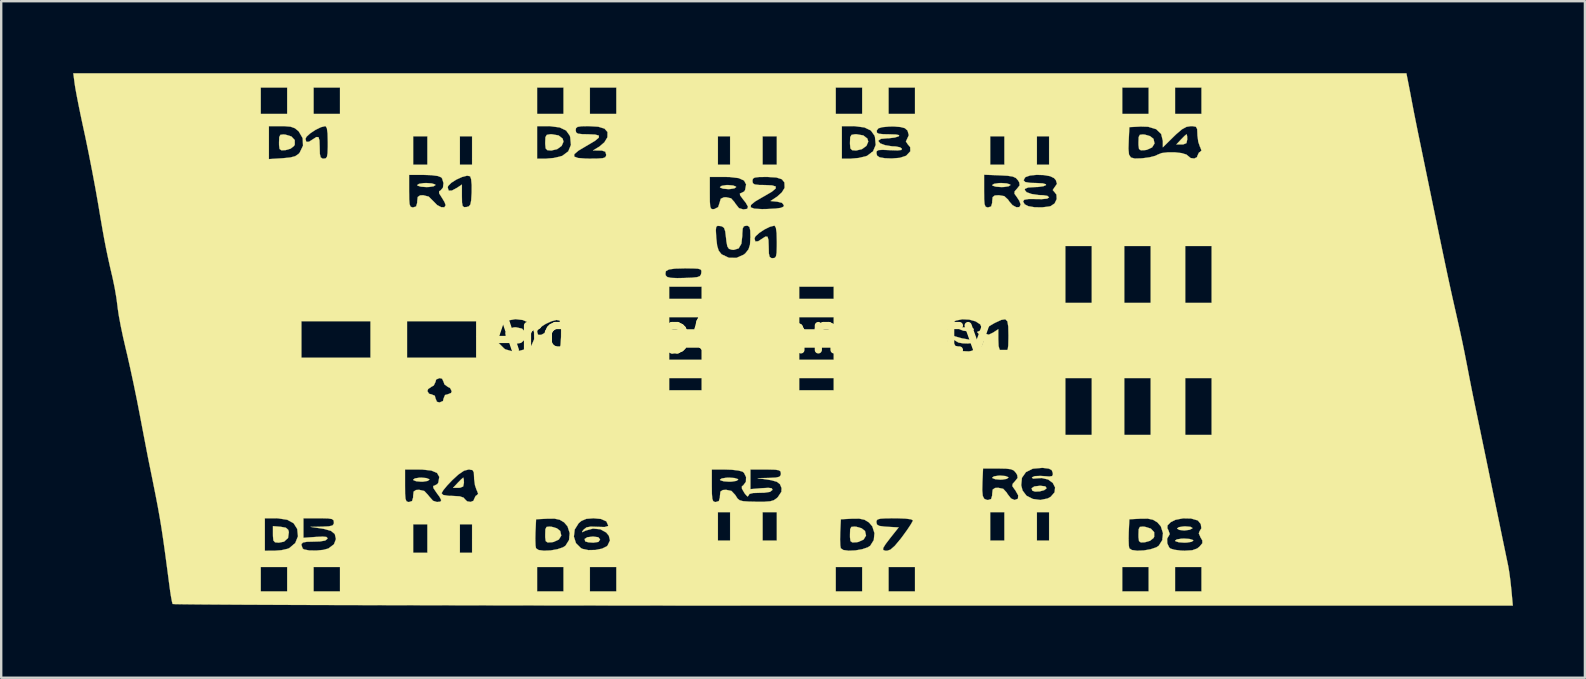
<source format=kicad_pcb>
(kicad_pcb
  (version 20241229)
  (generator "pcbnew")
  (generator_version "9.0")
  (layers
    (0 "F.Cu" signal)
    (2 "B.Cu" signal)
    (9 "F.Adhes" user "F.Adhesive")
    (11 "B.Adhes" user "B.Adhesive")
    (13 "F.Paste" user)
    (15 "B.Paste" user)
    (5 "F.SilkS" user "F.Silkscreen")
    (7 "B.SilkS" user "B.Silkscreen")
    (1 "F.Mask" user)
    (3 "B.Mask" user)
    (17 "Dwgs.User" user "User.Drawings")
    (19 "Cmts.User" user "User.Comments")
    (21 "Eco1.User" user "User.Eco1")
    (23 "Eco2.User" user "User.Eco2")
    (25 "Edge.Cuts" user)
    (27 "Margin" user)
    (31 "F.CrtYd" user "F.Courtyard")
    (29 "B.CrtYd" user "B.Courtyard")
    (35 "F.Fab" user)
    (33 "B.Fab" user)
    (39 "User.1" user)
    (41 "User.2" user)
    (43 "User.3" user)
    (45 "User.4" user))
  (footprint "ArduinoCommunity_666"
    (layer "F.Cu")
    (at 30.507 10.842)
    (property "Reference" "ArduinoCommunity_666" (at 0 0 0) (layer "F.SilkS") (effects (font (size 1.524 1.524) (thickness 0.3))))
    (attr through_hole)
    (fp_poly (pts (xy -14.231 6.084) (xy -14.224 6.223) (xy -14.256 6.38) (xy -14.386 6.433) (xy -14.45 6.435) (xy -14.677 6.435) (xy -14.478 6.223) (xy -14.337 6.081) (xy -14.256 6.012) (xy -14.252 6.011) (xy -14.231 6.084)) (stroke (width 0.01) (type solid)) (fill yes) (layer "F.SilkS"))
    (fp_poly (pts (xy 6.887 -0.236) (xy 7.015 -0.192) (xy 7.027 -0.169) (xy 6.956 -0.108) (xy 6.788 -0.088) (xy 6.59 -0.11) (xy 6.435 -0.169) (xy 6.398 -0.222) (xy 6.505 -0.248) (xy 6.668 -0.253) (xy 6.887 -0.236)) (stroke (width 0.01) (type solid)) (fill yes) (layer "F.SilkS"))
    (fp_poly (pts (xy 15.911 -8.225) (xy 15.917 -8.086) (xy 15.885 -7.928) (xy 15.756 -7.876) (xy 15.691 -7.874) (xy 15.464 -7.874) (xy 15.663 -8.086) (xy 15.804 -8.228) (xy 15.886 -8.296) (xy 15.89 -8.297) (xy 15.911 -8.225)) (stroke (width 0.01) (type solid)) (fill yes) (layer "F.SilkS"))
    (fp_poly (pts (xy 10.003 6.375) (xy 10.056 6.45) (xy 10.055 6.456) (xy 9.955 6.535) (xy 9.767 6.585) (xy 9.573 6.593) (xy 9.461 6.554) (xy 9.43 6.452) (xy 9.544 6.379) (xy 9.779 6.35) (xy 9.791 6.35) (xy 10.003 6.375)) (stroke (width 0.01) (type solid)) (fill yes) (layer "F.SilkS"))
    (fp_poly (pts (xy -21.865 8.059) (xy -21.646 8.098) (xy -21.545 8.187) (xy -21.52 8.281) (xy -21.553 8.526) (xy -21.72 8.679) (xy -21.939 8.721) (xy -22.095 8.707) (xy -22.164 8.632) (xy -22.182 8.45) (xy -22.183 8.377) (xy -22.183 8.033) (xy -21.865 8.059)) (stroke (width 0.01) (type solid)) (fill yes) (layer "F.SilkS"))
    (fp_poly (pts (xy -15.79 6.03) (xy -15.672 6.077) (xy -15.663 6.096) (xy -15.738 6.149) (xy -15.926 6.179) (xy -16.002 6.181) (xy -16.214 6.162) (xy -16.332 6.115) (xy -16.341 6.096) (xy -16.266 6.043) (xy -16.078 6.013) (xy -16.002 6.011) (xy -15.79 6.03)) (stroke (width 0.01) (type solid)) (fill yes) (layer "F.SilkS"))
    (fp_poly (pts (xy -15.563 -6.249) (xy -15.427 -6.206) (xy -15.409 -6.181) (xy -15.485 -6.13) (xy -15.676 -6.1) (xy -15.79 -6.096) (xy -16.018 -6.113) (xy -16.154 -6.155) (xy -16.171 -6.181) (xy -16.096 -6.231) (xy -15.904 -6.261) (xy -15.79 -6.265) (xy -15.563 -6.249)) (stroke (width 0.01) (type solid)) (fill yes) (layer "F.SilkS"))
    (fp_poly (pts (xy -3.005 -6.162) (xy -2.887 -6.115) (xy -2.879 -6.096) (xy -2.954 -6.043) (xy -3.141 -6.013) (xy -3.217 -6.011) (xy -3.429 -6.03) (xy -3.547 -6.077) (xy -3.556 -6.096) (xy -3.481 -6.149) (xy -3.293 -6.179) (xy -3.217 -6.181) (xy -3.005 -6.162)) (stroke (width 0.01) (type solid)) (fill yes) (layer "F.SilkS"))
    (fp_poly (pts (xy -2.948 6.028) (xy -2.811 6.071) (xy -2.794 6.096) (xy -2.87 6.146) (xy -3.061 6.177) (xy -3.175 6.181) (xy -3.402 6.164) (xy -3.539 6.121) (xy -3.556 6.096) (xy -3.48 6.046) (xy -3.289 6.015) (xy -3.175 6.011) (xy -2.948 6.028)) (stroke (width 0.01) (type solid)) (fill yes) (layer "F.SilkS"))
    (fp_poly (pts (xy 8.34 5.945) (xy 8.458 5.992) (xy 8.467 6.011) (xy 8.392 6.064) (xy 8.204 6.094) (xy 8.128 6.096) (xy 7.916 6.077) (xy 7.798 6.03) (xy 7.789 6.011) (xy 7.864 5.958) (xy 8.052 5.929) (xy 8.128 5.927) (xy 8.34 5.945)) (stroke (width 0.01) (type solid)) (fill yes) (layer "F.SilkS"))
    (fp_poly (pts (xy 8.398 -6.249) (xy 8.534 -6.206) (xy 8.551 -6.181) (xy 8.476 -6.13) (xy 8.284 -6.1) (xy 8.17 -6.096) (xy 7.943 -6.113) (xy 7.807 -6.155) (xy 7.789 -6.181) (xy 7.865 -6.231) (xy 8.056 -6.261) (xy 8.17 -6.265) (xy 8.398 -6.249)) (stroke (width 0.01) (type solid)) (fill yes) (layer "F.SilkS"))
    (fp_poly (pts (xy 16.018 8.568) (xy 16.154 8.611) (xy 16.171 8.636) (xy 16.096 8.686) (xy 15.904 8.717) (xy 15.79 8.721) (xy 15.563 8.704) (xy 15.427 8.661) (xy 15.409 8.636) (xy 15.485 8.586) (xy 15.676 8.555) (xy 15.79 8.551) (xy 16.018 8.568)) (stroke (width 0.01) (type solid)) (fill yes) (layer "F.SilkS"))
    (fp_poly (pts (xy 16.052 8.061) (xy 16.134 8.109) (xy 16.129 8.128) (xy 16.016 8.185) (xy 15.811 8.212) (xy 15.785 8.213) (xy 15.591 8.191) (xy 15.496 8.138) (xy 15.494 8.128) (xy 15.569 8.075) (xy 15.757 8.046) (xy 15.838 8.043) (xy 16.052 8.061)) (stroke (width 0.01) (type solid)) (fill yes) (layer "F.SilkS"))
    (fp_poly (pts (xy -11.801 -0.197) (xy -11.657 -0.046) (xy -11.648 0.166) (xy -11.684 0.254) (xy -11.843 0.395) (xy -12.068 0.435) (xy -12.294 0.379) (xy -12.452 0.23) (xy -12.46 0.214) (xy -12.5 -0.015) (xy -12.392 -0.174) (xy -12.149 -0.25) (xy -12.058 -0.254) (xy -11.801 -0.197)) (stroke (width 0.01) (type solid)) (fill yes) (layer "F.SilkS"))
    (fp_poly (pts (xy -8.625 8.495) (xy -8.552 8.586) (xy -8.551 8.594) (xy -8.619 8.69) (xy -8.831 8.721) (xy -8.834 8.721) (xy -9.042 8.706) (xy -9.166 8.67) (xy -9.17 8.667) (xy -9.197 8.568) (xy -9.082 8.495) (xy -8.851 8.467) (xy -8.843 8.467) (xy -8.625 8.495)) (stroke (width 0.01) (type solid)) (fill yes) (layer "F.SilkS"))
    (fp_poly (pts (xy -21.662 -8.282) (xy -21.413 -8.205) (xy -21.275 -8.056) (xy -21.274 -7.867) (xy -21.303 -7.811) (xy -21.448 -7.697) (xy -21.662 -7.636) (xy -21.831 -7.629) (xy -21.907 -7.684) (xy -21.928 -7.844) (xy -21.929 -7.959) (xy -21.921 -8.179) (xy -21.873 -8.274) (xy -21.75 -8.289) (xy -21.662 -8.282)) (stroke (width 0.01) (type solid)) (fill yes) (layer "F.SilkS"))
    (fp_poly (pts (xy -10.571 8.059) (xy -10.353 8.122) (xy -10.211 8.234) (xy -10.168 8.427) (xy -10.269 8.591) (xy -10.489 8.692) (xy -10.571 8.705) (xy -10.739 8.712) (xy -10.816 8.657) (xy -10.837 8.497) (xy -10.837 8.382) (xy -10.83 8.162) (xy -10.782 8.066) (xy -10.658 8.052) (xy -10.571 8.059)) (stroke (width 0.01) (type solid)) (fill yes) (layer "F.SilkS"))
    (fp_poly (pts (xy 2.129 8.059) (xy 2.347 8.122) (xy 2.489 8.234) (xy 2.532 8.427) (xy 2.431 8.591) (xy 2.211 8.692) (xy 2.129 8.705) (xy 1.961 8.712) (xy 1.884 8.657) (xy 1.863 8.497) (xy 1.863 8.382) (xy 1.87 8.162) (xy 1.918 8.066) (xy 2.042 8.052) (xy 2.129 8.059)) (stroke (width 0.01) (type solid)) (fill yes) (layer "F.SilkS"))
    (fp_poly (pts (xy 14.152 -8.282) (xy 14.369 -8.218) (xy 14.511 -8.107) (xy 14.554 -7.914) (xy 14.453 -7.75) (xy 14.234 -7.649) (xy 14.152 -7.636) (xy 13.983 -7.629) (xy 13.907 -7.684) (xy 13.886 -7.844) (xy 13.885 -7.959) (xy 13.893 -8.179) (xy 13.941 -8.274) (xy 14.064 -8.289) (xy 14.152 -8.282)) (stroke (width 0.01) (type solid)) (fill yes) (layer "F.SilkS"))
    (fp_poly (pts (xy 14.152 8.059) (xy 14.401 8.136) (xy 14.539 8.285) (xy 14.54 8.473) (xy 14.511 8.53) (xy 14.366 8.644) (xy 14.152 8.705) (xy 13.983 8.712) (xy 13.907 8.657) (xy 13.886 8.497) (xy 13.885 8.382) (xy 13.893 8.162) (xy 13.941 8.066) (xy 14.064 8.052) (xy 14.152 8.059)) (stroke (width 0.01) (type solid)) (fill yes) (layer "F.SilkS"))
    (fp_poly (pts (xy -10.281 -8.249) (xy -10.112 -8.118) (xy -10.075 -7.99) (xy -10.151 -7.814) (xy -10.338 -7.677) (xy -10.582 -7.62) (xy -10.589 -7.62) (xy -10.748 -7.634) (xy -10.819 -7.708) (xy -10.837 -7.891) (xy -10.837 -7.959) (xy -10.828 -8.176) (xy -10.773 -8.272) (xy -10.632 -8.297) (xy -10.558 -8.297) (xy -10.281 -8.249)) (stroke (width 0.01) (type solid)) (fill yes) (layer "F.SilkS"))
    (fp_poly (pts (xy 2.419 -8.249) (xy 2.588 -8.118) (xy 2.625 -7.99) (xy 2.549 -7.814) (xy 2.362 -7.677) (xy 2.118 -7.62) (xy 2.111 -7.62) (xy 1.952 -7.634) (xy 1.881 -7.708) (xy 1.863 -7.891) (xy 1.863 -7.959) (xy 1.872 -8.176) (xy 1.927 -8.272) (xy 2.068 -8.297) (xy 2.142 -8.297) (xy 2.419 -8.249)) (stroke (width 0.01) (type solid)) (fill yes) (layer "F.SilkS"))
    (fp_poly (pts (xy 25.137 -10.393) (xy 25.207 -10.031) (xy 25.282 -9.634) (xy 25.311 -9.483) (xy 25.363 -9.21) (xy 25.44 -8.825) (xy 25.529 -8.383) (xy 25.608 -8.001) (xy 25.684 -7.632) (xy 25.787 -7.133) (xy 25.909 -6.541) (xy 26.043 -5.892) (xy 26.181 -5.223) (xy 26.281 -4.741) (xy 26.438 -3.98) (xy 26.569 -3.352) (xy 26.68 -2.823) (xy 26.778 -2.362) (xy 26.871 -1.934) (xy 26.965 -1.507) (xy 27.069 -1.047) (xy 27.143 -0.72) (xy 27.271 -0.151) (xy 27.374 0.328) (xy 27.469 0.788) (xy 27.57 1.305) (xy 27.572 1.312) (xy 27.671 1.828) (xy 27.749 2.226) (xy 27.815 2.556) (xy 27.879 2.867) (xy 27.95 3.21) (xy 27.97 3.302) (xy 28.02 3.543) (xy 28.099 3.923) (xy 28.201 4.418) (xy 28.322 5) (xy 28.455 5.644) (xy 28.595 6.324) (xy 28.661 6.646) (xy 28.8 7.317) (xy 28.93 7.948) (xy 29.047 8.517) (xy 29.148 9.001) (xy 29.226 9.378) (xy 29.277 9.623) (xy 29.292 9.694) (xy 29.335 9.95) (xy 29.382 10.3) (xy 29.422 10.672) (xy 29.424 10.689) (xy 29.484 11.345) (xy 1.581 11.345) (xy -0.582 11.345) (xy -2.702 11.345) (xy -4.772 11.344) (xy -6.785 11.342) (xy -8.736 11.34) (xy -10.619 11.338) (xy -12.427 11.336) (xy -14.153 11.333) (xy -15.792 11.33) (xy -17.338 11.327) (xy -18.783 11.323) (xy -20.122 11.32) (xy -21.349 11.316) (xy -22.457 11.311) (xy -23.44 11.307) (xy -24.292 11.302) (xy -25.006 11.297) (xy -25.577 11.292) (xy -25.997 11.287) (xy -26.261 11.282) (xy -26.363 11.277) (xy -26.364 11.276) (xy -26.394 11.165) (xy -26.437 10.93) (xy -26.483 10.619) (xy -26.494 10.535) (xy -26.595 9.766) (xy -26.599 9.737) (xy -22.691 9.737) (xy -22.691 10.753) (xy -21.59 10.753) (xy -21.59 9.737) (xy -20.489 9.737) (xy -20.489 10.753) (xy -19.389 10.753) (xy -19.389 9.737) (xy -11.176 9.737) (xy -11.176 10.753) (xy -10.075 10.753) (xy -10.075 9.737) (xy -8.975 9.737) (xy -8.975 10.753) (xy -7.874 10.753) (xy -7.874 9.737) (xy 1.27 9.737) (xy 1.27 10.753) (xy 2.371 10.753) (xy 2.371 9.737) (xy 3.471 9.737) (xy 3.471 10.753) (xy 4.572 10.753) (xy 4.572 9.737) (xy 13.208 9.737) (xy 13.208 10.753) (xy 14.309 10.753) (xy 14.309 9.737) (xy 15.409 9.737) (xy 15.409 10.753) (xy 16.51 10.753) (xy 16.51 9.737) (xy 15.409 9.737) (xy 14.309 9.737) (xy 13.208 9.737) (xy 4.572 9.737) (xy 3.471 9.737) (xy 2.371 9.737) (xy 1.27 9.737) (xy -7.874 9.737) (xy -8.975 9.737) (xy -10.075 9.737) (xy -11.176 9.737) (xy -19.389 9.737) (xy -20.489 9.737) (xy -21.59 9.737) (xy -22.691 9.737) (xy -26.599 9.737) (xy -26.68 9.129) (xy -26.756 8.591) (xy -26.827 8.116) (xy -26.895 7.705) (xy -22.521 7.705) (xy -22.521 9.059) (xy -22.119 9.058) (xy -21.827 9.035) (xy -21.573 8.977) (xy -21.505 8.95) (xy -21.349 8.819) (xy -20.997 8.819) (xy -20.943 8.965) (xy -20.892 9.003) (xy -20.674 9.045) (xy -20.378 9.05) (xy -20.084 9.022) (xy -19.873 8.964) (xy -19.87 8.962) (xy -19.642 8.79) (xy -19.561 8.581) (xy -19.561 8.551) (xy -19.607 8.36) (xy -19.764 8.231) (xy -20.057 8.148) (xy -20.161 8.131) (xy -20.616 8.064) (xy -20.13 8.054) (xy -19.853 8.041) (xy -19.706 8.007) (xy -19.666 7.959) (xy -16.341 7.959) (xy -16.341 9.144) (xy -15.748 9.144) (xy -15.748 7.959) (xy -14.393 7.959) (xy -14.393 9.144) (xy -13.885 9.144) (xy -13.885 8.591) (xy -11.25 8.591) (xy -11.241 8.836) (xy -11.221 8.955) (xy -11.112 9.028) (xy -10.892 9.057) (xy -10.615 9.045) (xy -10.332 8.996) (xy -10.096 8.916) (xy -9.994 8.851) (xy -9.845 8.613) (xy -9.831 8.47) (xy -9.643 8.47) (xy -9.555 8.743) (xy -9.351 8.946) (xy -9.287 8.979) (xy -9.04 9.032) (xy -8.745 9.026) (xy -8.466 8.97) (xy -8.269 8.872) (xy -8.239 8.84) (xy -8.137 8.624) (xy -8.188 8.428) (xy -8.297 8.297) (xy -8.54 8.163) (xy -8.849 8.135) (xy -9.156 8.219) (xy -9.171 8.227) (xy -9.297 8.287) (xy -9.292 8.25) (xy -9.232 8.175) (xy -9.117 8.085) (xy -8.936 8.052) (xy -8.66 8.062) (xy -8.361 8.07) (xy -8.223 8.03) (xy -8.213 8.004) (xy -8.289 7.834) (xy -8.515 7.733) (xy -8.826 7.705) (xy -9.123 7.728) (xy -9.328 7.814) (xy -9.444 7.912) (xy -9.609 8.176) (xy -9.643 8.47) (xy -9.831 8.47) (xy -9.817 8.323) (xy -9.907 8.042) (xy -10.049 7.876) (xy -10.233 7.766) (xy -10.454 7.72) (xy -10.748 7.722) (xy -11.218 7.747) (xy -11.244 8.288) (xy -11.25 8.591) (xy -13.885 8.591) (xy -13.885 7.959) (xy -14.393 7.959) (xy -15.748 7.959) (xy -16.341 7.959) (xy -19.666 7.959) (xy -19.649 7.939) (xy -19.643 7.874) (xy -19.658 7.787) (xy -19.726 7.737) (xy -19.883 7.712) (xy -20.163 7.705) (xy -20.278 7.705) (xy -20.913 7.705) (xy -20.913 8.52) (xy -20.394 8.482) (xy -20.105 8.469) (xy -19.953 8.484) (xy -19.909 8.533) (xy -19.915 8.562) (xy -20.006 8.634) (xy -20.23 8.671) (xy -20.476 8.678) (xy -20.769 8.685) (xy -20.929 8.714) (xy -20.991 8.775) (xy -20.997 8.819) (xy -21.349 8.819) (xy -21.256 8.741) (xy -21.14 8.456) (xy -21.171 8.151) (xy -21.322 7.912) (xy -21.586 7.767) (xy -21.979 7.707) (xy -22.102 7.705) (xy -22.521 7.705) (xy -26.895 7.705) (xy -26.901 7.67) (xy -26.94 7.451) (xy -3.641 7.451) (xy -3.641 8.636) (xy -3.133 8.636) (xy -3.133 7.451) (xy -1.778 7.451) (xy -1.778 8.636) (xy -1.185 8.636) (xy -1.185 8.591) (xy 1.45 8.591) (xy 1.459 8.836) (xy 1.479 8.955) (xy 1.588 9.028) (xy 1.808 9.057) (xy 2.085 9.045) (xy 2.368 8.996) (xy 2.604 8.916) (xy 2.706 8.851) (xy 2.855 8.613) (xy 2.883 8.323) (xy 2.793 8.042) (xy 2.651 7.876) (xy 2.64 7.87) (xy 2.963 7.87) (xy 2.988 7.967) (xy 3.087 8.023) (xy 3.302 8.052) (xy 3.427 8.06) (xy 3.891 8.086) (xy 3.555 8.509) (xy 3.35 8.777) (xy 3.248 8.941) (xy 3.245 9.026) (xy 3.333 9.057) (xy 3.41 9.059) (xy 3.55 9.011) (xy 3.729 8.855) (xy 3.965 8.574) (xy 4.045 8.468) (xy 4.245 8.192) (xy 4.397 7.963) (xy 4.479 7.818) (xy 4.487 7.791) (xy 4.407 7.749) (xy 4.182 7.719) (xy 3.836 7.705) (xy 3.725 7.705) (xy 3.363 7.708) (xy 3.138 7.721) (xy 3.018 7.752) (xy 2.97 7.808) (xy 2.963 7.87) (xy 2.64 7.87) (xy 2.467 7.766) (xy 2.246 7.72) (xy 1.952 7.722) (xy 1.482 7.747) (xy 1.456 8.288) (xy 1.45 8.591) (xy -1.185 8.591) (xy -1.185 7.451) (xy 7.705 7.451) (xy 7.705 8.636) (xy 8.297 8.636) (xy 8.297 7.451) (xy 9.652 7.451) (xy 9.652 8.636) (xy 10.16 8.636) (xy 10.16 8.591) (xy 13.473 8.591) (xy 13.482 8.836) (xy 13.501 8.955) (xy 13.611 9.028) (xy 13.831 9.057) (xy 14.108 9.045) (xy 14.391 8.996) (xy 14.627 8.916) (xy 14.729 8.851) (xy 14.878 8.613) (xy 14.883 8.557) (xy 15.078 8.557) (xy 15.085 8.749) (xy 15.164 8.92) (xy 15.219 8.968) (xy 15.387 9.018) (xy 15.649 9.051) (xy 15.812 9.057) (xy 16.124 9.038) (xy 16.329 8.965) (xy 16.431 8.884) (xy 16.547 8.745) (xy 16.545 8.628) (xy 16.474 8.508) (xy 16.399 8.336) (xy 16.426 8.254) (xy 16.506 8.122) (xy 16.481 7.946) (xy 16.364 7.802) (xy 16.346 7.792) (xy 16.076 7.715) (xy 15.744 7.708) (xy 15.429 7.768) (xy 15.228 7.868) (xy 15.096 8.002) (xy 15.089 8.12) (xy 15.132 8.203) (xy 15.188 8.364) (xy 15.154 8.425) (xy 15.078 8.557) (xy 14.883 8.557) (xy 14.906 8.323) (xy 14.816 8.042) (xy 14.673 7.876) (xy 14.49 7.766) (xy 14.269 7.72) (xy 13.975 7.722) (xy 13.504 7.747) (xy 13.479 8.288) (xy 13.473 8.591) (xy 10.16 8.591) (xy 10.16 7.451) (xy 9.652 7.451) (xy 8.297 7.451) (xy 7.705 7.451) (xy -1.185 7.451) (xy -1.778 7.451) (xy -3.133 7.451) (xy -3.641 7.451) (xy -26.94 7.451) (xy -26.982 7.216) (xy -27.077 6.722) (xy -27.191 6.151) (xy -27.288 5.673) (xy -16.679 5.673) (xy -16.679 6.35) (xy -16.676 6.687) (xy -16.66 6.89) (xy -16.622 6.991) (xy -16.555 7.025) (xy -16.51 7.027) (xy -16.386 6.987) (xy -16.342 6.839) (xy -16.341 6.773) (xy -16.32 6.593) (xy -16.221 6.527) (xy -16.091 6.519) (xy -15.875 6.568) (xy -15.713 6.74) (xy -15.692 6.773) (xy -15.51 6.977) (xy -15.349 7.027) (xy -15.206 7.013) (xy -15.17 6.95) (xy -15.242 6.809) (xy -15.348 6.665) (xy -15.155 6.665) (xy -15.086 6.735) (xy -14.869 6.769) (xy -14.699 6.773) (xy -14.397 6.791) (xy -14.235 6.847) (xy -14.193 6.9) (xy -14.093 6.998) (xy -13.946 7.024) (xy -13.827 6.975) (xy -13.801 6.907) (xy -13.737 6.774) (xy -13.695 6.749) (xy -13.632 6.689) (xy -13.678 6.561) (xy -13.695 6.532) (xy -13.764 6.329) (xy -13.8 6.062) (xy -13.801 6.012) (xy -13.811 5.794) (xy -13.865 5.697) (xy -13.995 5.673) (xy -14.031 5.673) (xy -3.895 5.673) (xy -3.895 6.35) (xy -3.891 6.687) (xy -3.875 6.89) (xy -3.837 6.991) (xy -3.77 7.025) (xy -3.725 7.027) (xy -3.601 6.987) (xy -3.558 6.839) (xy -3.556 6.773) (xy -3.536 6.594) (xy -3.438 6.528) (xy -3.298 6.519) (xy -3.075 6.566) (xy -2.916 6.736) (xy -2.901 6.762) (xy -2.824 6.881) (xy -2.735 6.954) (xy -2.592 6.993) (xy -2.355 7.009) (xy -2.053 7.015) (xy -1.696 7.015) (xy -1.464 6.998) (xy -1.311 6.953) (xy -1.193 6.871) (xy -1.143 6.824) (xy -0.994 6.599) (xy -0.992 6.542) (xy 7.374 6.542) (xy 7.396 6.773) (xy 7.459 6.896) (xy 7.57 6.94) (xy 7.617 6.943) (xy 7.743 6.904) (xy 7.787 6.758) (xy 7.789 6.689) (xy 7.81 6.509) (xy 7.909 6.442) (xy 8.041 6.435) (xy 8.25 6.478) (xy 8.395 6.636) (xy 8.424 6.689) (xy 8.572 6.878) (xy 8.723 6.943) (xy 8.862 6.891) (xy 8.872 6.749) (xy 8.753 6.538) (xy 8.734 6.515) (xy 8.632 6.371) (xy 8.635 6.33) (xy 8.998 6.33) (xy 9.055 6.549) (xy 9.219 6.765) (xy 9.484 6.9) (xy 9.796 6.942) (xy 10.102 6.879) (xy 10.226 6.811) (xy 10.388 6.624) (xy 10.41 6.421) (xy 10.314 6.232) (xy 10.122 6.09) (xy 9.856 6.028) (xy 9.691 6.038) (xy 9.489 6.053) (xy 9.445 6.006) (xy 9.449 5.997) (xy 9.565 5.949) (xy 9.799 5.939) (xy 9.921 5.947) (xy 10.168 5.965) (xy 10.287 5.946) (xy 10.319 5.877) (xy 10.312 5.809) (xy 10.269 5.697) (xy 10.149 5.636) (xy 9.908 5.606) (xy 9.878 5.604) (xy 9.484 5.638) (xy 9.195 5.782) (xy 9.028 6.019) (xy 8.998 6.33) (xy 8.635 6.33) (xy 8.64 6.273) (xy 8.74 6.161) (xy 8.848 6.024) (xy 8.832 5.901) (xy 8.78 5.815) (xy 8.696 5.718) (xy 8.573 5.662) (xy 8.37 5.637) (xy 8.041 5.63) (xy 8.033 5.63) (xy 7.408 5.63) (xy 7.383 6.172) (xy 7.374 6.542) (xy -0.992 6.542) (xy -0.989 6.443) (xy -1.055 6.285) (xy -1.18 6.186) (xy -1.407 6.121) (xy -1.609 6.088) (xy -1.99 6.034) (xy -1.503 6.023) (xy -1.226 6.009) (xy -1.079 5.975) (xy -1.023 5.907) (xy -1.016 5.842) (xy -1.031 5.755) (xy -1.099 5.705) (xy -1.256 5.68) (xy -1.537 5.673) (xy -1.651 5.673) (xy -2.286 5.673) (xy -2.286 6.491) (xy -1.809 6.451) (xy -1.536 6.437) (xy -1.399 6.454) (xy -1.368 6.509) (xy -1.373 6.529) (xy -1.47 6.605) (xy -1.707 6.64) (xy -1.892 6.644) (xy -2.176 6.653) (xy -2.324 6.69) (xy -2.371 6.763) (xy -2.371 6.771) (xy -2.409 6.799) (xy -2.505 6.695) (xy -2.538 6.648) (xy -2.64 6.472) (xy -2.642 6.377) (xy -2.58 6.327) (xy -2.474 6.185) (xy -2.467 5.987) (xy -2.554 5.811) (xy -2.619 5.76) (xy -2.787 5.715) (xy -3.061 5.683) (xy -3.339 5.673) (xy -3.895 5.673) (xy -14.031 5.673) (xy -14.221 5.723) (xy -14.46 5.886) (xy -14.708 6.114) (xy -14.926 6.343) (xy -15.085 6.536) (xy -15.154 6.657) (xy -15.155 6.665) (xy -15.348 6.665) (xy -15.371 6.633) (xy -15.496 6.446) (xy -15.505 6.36) (xy -15.465 6.35) (xy -15.332 6.281) (xy -15.291 6.216) (xy -15.251 5.981) (xy -15.345 5.816) (xy -15.582 5.716) (xy -15.969 5.674) (xy -16.093 5.673) (xy -16.679 5.673) (xy -27.288 5.673) (xy -27.33 5.468) (xy -27.349 5.376) (xy -27.393 5.156) (xy -27.461 4.805) (xy -27.546 4.36) (xy -27.643 3.855) (xy -27.732 3.387) (xy -27.85 2.78) (xy -27.927 2.405) (xy -15.748 2.405) (xy -15.677 2.517) (xy -15.579 2.54) (xy -15.437 2.6) (xy -15.409 2.709) (xy -15.349 2.851) (xy -15.24 2.879) (xy -15.098 2.819) (xy -15.071 2.709) (xy -15.011 2.568) (xy -14.901 2.54) (xy -14.761 2.484) (xy -14.732 2.405) (xy -14.803 2.277) (xy -14.901 2.226) (xy -15.04 2.122) (xy -15.071 2.022) (xy -15.135 1.888) (xy -15.24 1.863) (xy -5.673 1.863) (xy -5.673 2.371) (xy -4.318 2.371) (xy -4.318 1.863) (xy -0.254 1.863) (xy -0.254 2.371) (xy 1.185 2.371) (xy 1.185 1.863) (xy 10.837 1.863) (xy 10.837 4.233) (xy 11.938 4.233) (xy 11.938 1.863) (xy 13.293 1.863) (xy 13.293 4.233) (xy 14.393 4.233) (xy 14.393 1.863) (xy 15.833 1.863) (xy 15.833 4.233) (xy 16.933 4.233) (xy 16.933 1.863) (xy 15.833 1.863) (xy 14.393 1.863) (xy 13.293 1.863) (xy 11.938 1.863) (xy 10.837 1.863) (xy 1.185 1.863) (xy -0.254 1.863) (xy -4.318 1.863) (xy -5.673 1.863) (xy -15.24 1.863) (xy -15.383 1.923) (xy -15.409 2.022) (xy -15.481 2.171) (xy -15.579 2.226) (xy -15.716 2.319) (xy -15.748 2.405) (xy -27.927 2.405) (xy -27.984 2.127) (xy -28.122 1.485) (xy -28.25 0.915) (xy -28.317 0.635) (xy -28.428 0.154) (xy -28.528 -0.322) (xy -28.562 -0.508) (xy -20.997 -0.508) (xy -20.997 1.016) (xy -18.119 1.016) (xy -18.119 -0.508) (xy -16.595 -0.508) (xy -16.595 1.016) (xy -13.716 1.016) (xy -13.716 0.135) (xy -12.872 0.135) (xy -12.778 0.401) (xy -12.545 0.634) (xy -12.488 0.669) (xy -12.239 0.739) (xy -11.93 0.73) (xy -11.634 0.653) (xy -11.423 0.519) (xy -11.411 0.506) (xy -11.299 0.247) (xy -11.303 -0.056) (xy -11.308 -0.07) (xy -11.176 -0.07) (xy -11.135 0.06) (xy -11.005 0.062) (xy -10.792 -0.052) (xy -10.583 -0.189) (xy -10.583 0.292) (xy -10.578 0.564) (xy -10.552 0.704) (xy -10.489 0.751) (xy -10.393 0.747) (xy -10.291 0.717) (xy -10.231 0.638) (xy -10.222 0.593) (xy -5.673 0.593) (xy -5.673 1.101) (xy -4.318 1.101) (xy -4.318 0.593) (xy -0.254 0.593) (xy -0.254 1.101) (xy 1.185 1.101) (xy 1.185 0.593) (xy -0.254 0.593) (xy -4.318 0.593) (xy -5.673 0.593) (xy -10.222 0.593) (xy -10.198 0.472) (xy -10.179 0.179) (xy -10.177 0.135) (xy -10.176 -0.173) (xy -10.198 -0.414) (xy -10.239 -0.536) (xy -10.368 -0.56) (xy -10.578 -0.505) (xy -10.814 -0.397) (xy -11.025 -0.264) (xy -11.156 -0.13) (xy -11.176 -0.07) (xy -11.308 -0.07) (xy -11.415 -0.331) (xy -11.514 -0.44) (xy -11.771 -0.557) (xy -12.078 -0.593) (xy -12.43 -0.53) (xy -12.687 -0.365) (xy -12.838 -0.132) (xy -12.872 0.135) (xy -13.716 0.135) (xy -13.716 -0.508) (xy -16.595 -0.508) (xy -18.119 -0.508) (xy -20.997 -0.508) (xy -28.562 -0.508) (xy -28.594 -0.677) (xy -5.673 -0.677) (xy -5.673 -0.169) (xy -4.318 -0.169) (xy -4.318 -0.677) (xy -0.254 -0.677) (xy -0.254 -0.169) (xy 1.185 -0.169) (xy 1.185 -0.175) (xy 5.927 -0.175) (xy 6.006 -0.015) (xy 6.221 0.12) (xy 6.54 0.21) (xy 6.608 0.22) (xy 6.848 0.265) (xy 6.999 0.32) (xy 7.027 0.35) (xy 6.955 0.399) (xy 6.781 0.421) (xy 6.571 0.415) (xy 6.39 0.385) (xy 6.308 0.339) (xy 6.205 0.275) (xy 6.056 0.255) (xy 5.944 0.285) (xy 5.928 0.318) (xy 6.008 0.507) (xy 6.212 0.651) (xy 6.497 0.737) (xy 6.821 0.752) (xy 7.141 0.682) (xy 7.142 0.682) (xy 7.349 0.538) (xy 7.424 0.342) (xy 7.354 0.141) (xy 7.283 0.069) (xy 7.168 -0.04) (xy 7.188 -0.082) (xy 7.23 -0.085) (xy 7.309 -0.126) (xy 7.478 -0.126) (xy 7.499 -0.006) (xy 7.521 0.02) (xy 7.647 0.054) (xy 7.827 -0.032) (xy 8.043 -0.173) (xy 8.043 0.238) (xy 8.055 0.529) (xy 8.102 0.688) (xy 8.203 0.753) (xy 8.311 0.762) (xy 8.389 0.744) (xy 8.436 0.668) (xy 8.459 0.499) (xy 8.466 0.205) (xy 8.467 0.085) (xy 8.459 -0.283) (xy 8.423 -0.501) (xy 8.335 -0.588) (xy 8.173 -0.563) (xy 7.916 -0.445) (xy 7.876 -0.425) (xy 7.6 -0.261) (xy 7.478 -0.126) (xy 7.309 -0.126) (xy 7.348 -0.146) (xy 7.366 -0.207) (xy 7.291 -0.376) (xy 7.098 -0.501) (xy 6.833 -0.574) (xy 6.543 -0.588) (xy 6.276 -0.534) (xy 6.096 -0.423) (xy 5.972 -0.274) (xy 5.927 -0.175) (xy 1.185 -0.175) (xy 1.185 -0.677) (xy -0.254 -0.677) (xy -4.318 -0.677) (xy -5.673 -0.677) (xy -28.594 -0.677) (xy -28.606 -0.742) (xy -28.653 -1.058) (xy -28.657 -1.101) (xy -28.704 -1.467) (xy -28.779 -1.904) (xy -28.788 -1.947) (xy -5.673 -1.947) (xy -5.673 -1.439) (xy -4.318 -1.439) (xy -4.318 -1.947) (xy -0.254 -1.947) (xy -0.254 -1.439) (xy 1.185 -1.439) (xy 1.185 -1.947) (xy -0.254 -1.947) (xy -4.318 -1.947) (xy -5.673 -1.947) (xy -28.788 -1.947) (xy -28.866 -2.319) (xy -28.868 -2.328) (xy -28.903 -2.479) (xy -5.83 -2.479) (xy -5.81 -2.409) (xy -5.747 -2.347) (xy -5.598 -2.313) (xy -5.333 -2.303) (xy -5.062 -2.308) (xy -4.717 -2.321) (xy -4.506 -2.343) (xy -4.394 -2.384) (xy -4.347 -2.454) (xy -4.333 -2.519) (xy -4.328 -2.611) (xy -4.368 -2.667) (xy -4.483 -2.697) (xy -4.706 -2.708) (xy -5.027 -2.709) (xy -5.428 -2.699) (xy -5.682 -2.663) (xy -5.809 -2.592) (xy -5.83 -2.479) (xy -28.903 -2.479) (xy -28.973 -2.778) (xy -29.059 -3.166) (xy -29.136 -3.534) (xy -29.211 -3.92) (xy -29.281 -4.308) (xy -3.727 -4.308) (xy -3.714 -4.056) (xy -3.709 -3.974) (xy -3.672 -3.65) (xy -3.607 -3.445) (xy -3.499 -3.308) (xy -3.477 -3.289) (xy -3.184 -3.151) (xy -2.858 -3.15) (xy -2.562 -3.282) (xy -2.494 -3.34) (xy -2.366 -3.502) (xy -2.304 -3.697) (xy -2.288 -3.958) (xy -2.117 -3.958) (xy -2.081 -3.83) (xy -1.965 -3.838) (xy -1.815 -3.934) (xy -1.661 -4.034) (xy -1.573 -4.027) (xy -1.534 -3.893) (xy -1.524 -3.611) (xy -1.524 -3.598) (xy -1.517 -3.329) (xy -1.485 -3.189) (xy -1.414 -3.138) (xy -1.355 -3.133) (xy -1.27 -3.147) (xy -1.22 -3.212) (xy -1.194 -3.362) (xy -1.186 -3.631) (xy -1.186 -3.641) (xy 10.837 -3.641) (xy 10.837 -1.27) (xy 11.938 -1.27) (xy 11.938 -3.641) (xy 13.293 -3.641) (xy 13.293 -1.27) (xy 14.393 -1.27) (xy 14.393 -3.641) (xy 15.833 -3.641) (xy 15.833 -1.27) (xy 16.933 -1.27) (xy 16.933 -3.641) (xy 15.833 -3.641) (xy 14.393 -3.641) (xy 13.293 -3.641) (xy 11.938 -3.641) (xy 10.837 -3.641) (xy -1.186 -3.641) (xy -1.185 -3.81) (xy -1.194 -4.179) (xy -1.224 -4.398) (xy -1.276 -4.485) (xy -1.291 -4.488) (xy -1.472 -4.443) (xy -1.698 -4.332) (xy -1.916 -4.188) (xy -2.072 -4.047) (xy -2.117 -3.958) (xy -2.288 -3.958) (xy -2.286 -3.989) (xy -2.286 -4.018) (xy -2.293 -4.288) (xy -2.325 -4.43) (xy -2.394 -4.482) (xy -2.455 -4.487) (xy -2.558 -4.464) (xy -2.608 -4.368) (xy -2.624 -4.156) (xy -2.625 -4.074) (xy -2.661 -3.737) (xy -2.776 -3.542) (xy -2.978 -3.479) (xy -3.065 -3.486) (xy -3.18 -3.523) (xy -3.247 -3.623) (xy -3.286 -3.827) (xy -3.302 -3.979) (xy -3.335 -4.25) (xy -3.385 -4.396) (xy -3.474 -4.459) (xy -3.546 -4.473) (xy -3.655 -4.481) (xy -3.711 -4.438) (xy -3.727 -4.308) (xy -29.281 -4.308) (xy -29.291 -4.365) (xy -29.385 -4.909) (xy -29.463 -5.376) (xy -29.576 -6.017) (xy -29.686 -6.604) (xy -16.51 -6.604) (xy -16.51 -5.927) (xy -16.506 -5.589) (xy -16.49 -5.387) (xy -16.453 -5.286) (xy -16.385 -5.252) (xy -16.341 -5.249) (xy -16.217 -5.289) (xy -16.173 -5.438) (xy -16.171 -5.503) (xy -16.15 -5.683) (xy -16.052 -5.75) (xy -15.923 -5.757) (xy -15.691 -5.699) (xy -15.495 -5.504) (xy -15.494 -5.503) (xy -15.34 -5.347) (xy -15.172 -5.259) (xy -15.039 -5.254) (xy -14.986 -5.342) (xy -15.032 -5.469) (xy -15.143 -5.655) (xy -15.155 -5.672) (xy -15.258 -5.837) (xy -15.258 -5.921) (xy -15.197 -5.957) (xy -15.098 -6.073) (xy -15.097 -6.082) (xy -14.901 -6.082) (xy -14.86 -5.951) (xy -14.73 -5.949) (xy -14.517 -6.063) (xy -14.309 -6.2) (xy -14.309 -5.719) (xy -14.304 -5.447) (xy -14.278 -5.307) (xy -14.215 -5.26) (xy -14.118 -5.265) (xy -14.017 -5.294) (xy -13.956 -5.373) (xy -13.923 -5.539) (xy -13.904 -5.832) (xy -13.902 -5.876) (xy -13.901 -6.184) (xy -13.924 -6.425) (xy -13.955 -6.519) (xy -3.979 -6.519) (xy -3.979 -5.836) (xy -3.977 -5.499) (xy -3.963 -5.298) (xy -3.929 -5.2) (xy -3.864 -5.174) (xy -3.789 -5.18) (xy -3.631 -5.261) (xy -3.572 -5.44) (xy -3.522 -5.609) (xy -3.392 -5.669) (xy -3.299 -5.673) (xy -3.092 -5.628) (xy -2.946 -5.464) (xy -2.921 -5.419) (xy -2.764 -5.219) (xy -2.58 -5.165) (xy -2.42 -5.189) (xy -2.395 -5.252) (xy -2.274 -5.252) (xy -2.12 -5.196) (xy -1.802 -5.178) (xy -1.587 -5.182) (xy -1.231 -5.201) (xy -1.015 -5.231) (xy -0.911 -5.279) (xy -0.889 -5.334) (xy -0.968 -5.439) (xy -1.168 -5.488) (xy -1.448 -5.515) (xy -1.168 -5.702) (xy -0.98 -5.871) (xy -0.943 -5.93) (xy 7.451 -5.93) (xy 7.454 -5.592) (xy 7.47 -5.388) (xy 7.508 -5.287) (xy 7.574 -5.252) (xy 7.62 -5.249) (xy 7.744 -5.289) (xy 7.788 -5.438) (xy 7.789 -5.503) (xy 7.808 -5.678) (xy 7.897 -5.746) (xy 8.067 -5.757) (xy 8.293 -5.719) (xy 8.451 -5.574) (xy 8.496 -5.503) (xy 8.636 -5.342) (xy 8.793 -5.257) (xy 8.922 -5.261) (xy 8.975 -5.367) (xy 8.93 -5.498) (xy 9.075 -5.498) (xy 9.141 -5.38) (xy 9.142 -5.378) (xy 9.295 -5.3) (xy 9.555 -5.256) (xy 9.866 -5.251) (xy 10.169 -5.289) (xy 10.224 -5.303) (xy 10.389 -5.414) (xy 10.477 -5.596) (xy 10.467 -5.782) (xy 10.395 -5.877) (xy 10.312 -5.972) (xy 10.379 -6.075) (xy 10.383 -6.079) (xy 10.489 -6.231) (xy 10.444 -6.381) (xy 10.366 -6.471) (xy 10.2 -6.551) (xy 9.938 -6.597) (xy 9.64 -6.606) (xy 9.368 -6.579) (xy 9.183 -6.515) (xy 9.155 -6.49) (xy 9.098 -6.377) (xy 9.167 -6.306) (xy 9.376 -6.272) (xy 9.629 -6.265) (xy 9.896 -6.251) (xy 10.027 -6.213) (xy 10.033 -6.181) (xy 9.924 -6.132) (xy 9.707 -6.101) (xy 9.562 -6.096) (xy 9.289 -6.079) (xy 9.161 -6.026) (xy 9.144 -5.98) (xy 9.222 -5.883) (xy 9.431 -5.808) (xy 9.731 -5.764) (xy 9.917 -5.757) (xy 10.09 -5.73) (xy 10.16 -5.667) (xy 10.08 -5.615) (xy 9.854 -5.594) (xy 9.653 -5.597) (xy 9.315 -5.6) (xy 9.128 -5.569) (xy 9.075 -5.498) (xy 8.93 -5.498) (xy 8.925 -5.515) (xy 8.819 -5.677) (xy 8.716 -5.821) (xy 8.725 -5.919) (xy 8.825 -6.031) (xy 8.933 -6.168) (xy 8.917 -6.291) (xy 8.865 -6.377) (xy 8.778 -6.474) (xy 8.647 -6.534) (xy 8.431 -6.568) (xy 8.097 -6.586) (xy 7.451 -6.611) (xy 7.451 -5.93) (xy -0.943 -5.93) (xy -0.869 -6.049) (xy -0.861 -6.082) (xy -0.869 -6.289) (xy -0.977 -6.423) (xy -1.206 -6.496) (xy -1.578 -6.519) (xy -1.619 -6.519) (xy -1.927 -6.515) (xy -2.103 -6.493) (xy -2.182 -6.445) (xy -2.201 -6.359) (xy -2.201 -6.35) (xy -2.183 -6.256) (xy -2.103 -6.205) (xy -1.921 -6.184) (xy -1.686 -6.181) (xy -1.382 -6.167) (xy -1.231 -6.12) (xy -1.235 -6.034) (xy -1.395 -5.901) (xy -1.712 -5.716) (xy -1.762 -5.689) (xy -2.093 -5.495) (xy -2.264 -5.351) (xy -2.274 -5.252) (xy -2.395 -5.252) (xy -2.386 -5.276) (xy -2.48 -5.444) (xy -2.59 -5.582) (xy -2.717 -5.755) (xy -2.724 -5.833) (xy -2.684 -5.842) (xy -2.548 -5.911) (xy -2.507 -5.976) (xy -2.465 -6.207) (xy -2.551 -6.369) (xy -2.775 -6.47) (xy -3.148 -6.515) (xy -3.35 -6.519) (xy -3.979 -6.519) (xy -13.955 -6.519) (xy -13.964 -6.547) (xy -14.094 -6.571) (xy -14.303 -6.516) (xy -14.539 -6.409) (xy -14.75 -6.275) (xy -14.882 -6.141) (xy -14.901 -6.082) (xy -15.097 -6.082) (xy -15.076 -6.264) (xy -15.133 -6.452) (xy -15.172 -6.502) (xy -15.313 -6.558) (xy -15.584 -6.593) (xy -15.892 -6.604) (xy -16.51 -6.604) (xy -29.686 -6.604) (xy -29.713 -6.748) (xy -29.859 -7.494) (xy -30 -8.18) (xy -30.053 -8.424) (xy -30.099 -8.636) (xy -22.352 -8.636) (xy -22.352 -7.262) (xy -21.79 -7.297) (xy -21.463 -7.329) (xy -21.255 -7.383) (xy -21.118 -7.476) (xy -21.071 -7.528) (xy -20.93 -7.822) (xy -20.943 -8.107) (xy -20.828 -8.107) (xy -20.792 -7.979) (xy -20.677 -7.987) (xy -20.527 -8.083) (xy -20.373 -8.182) (xy -20.285 -8.176) (xy -20.245 -8.042) (xy -20.235 -7.76) (xy -20.235 -7.747) (xy -20.228 -7.478) (xy -20.196 -7.338) (xy -20.125 -7.286) (xy -20.066 -7.281) (xy -19.982 -7.295) (xy -19.931 -7.361) (xy -19.906 -7.511) (xy -19.897 -7.78) (xy -19.897 -7.959) (xy -19.903 -8.213) (xy -16.341 -8.213) (xy -16.341 -7.027) (xy -15.748 -7.027) (xy -15.748 -8.213) (xy -14.393 -8.213) (xy -14.393 -7.027) (xy -13.885 -7.027) (xy -13.885 -8.213) (xy -14.393 -8.213) (xy -15.748 -8.213) (xy -16.341 -8.213) (xy -19.903 -8.213) (xy -19.906 -8.328) (xy -19.935 -8.547) (xy -19.987 -8.633) (xy -20.001 -8.636) (xy -11.176 -8.636) (xy -11.176 -7.281) (xy -10.792 -7.281) (xy -10.48 -7.309) (xy -10.225 -7.368) (xy -9.63 -7.368) (xy -9.473 -7.309) (xy -9.151 -7.283) (xy -8.975 -7.281) (xy -8.637 -7.285) (xy -8.435 -7.301) (xy -8.334 -7.339) (xy -8.3 -7.406) (xy -8.297 -7.451) (xy -8.334 -7.571) (xy -8.472 -7.617) (xy -8.572 -7.62) (xy -8.848 -7.621) (xy -8.575 -7.787) (xy -8.373 -7.961) (xy -8.25 -8.163) (xy -8.245 -8.181) (xy -8.244 -8.213) (xy -3.641 -8.213) (xy -3.641 -7.027) (xy -3.133 -7.027) (xy -3.133 -8.213) (xy -1.778 -8.213) (xy -1.778 -7.027) (xy -1.185 -7.027) (xy -1.185 -8.213) (xy -1.778 -8.213) (xy -3.133 -8.213) (xy -3.641 -8.213) (xy -8.244 -8.213) (xy -8.242 -8.391) (xy -8.366 -8.532) (xy -8.628 -8.612) (xy -9.033 -8.636) (xy 1.524 -8.636) (xy 1.524 -7.281) (xy 1.908 -7.281) (xy 2.22 -7.309) (xy 2.516 -7.378) (xy 2.577 -7.4) (xy 2.744 -7.525) (xy 2.963 -7.525) (xy 2.992 -7.406) (xy 3.101 -7.335) (xy 3.32 -7.299) (xy 3.601 -7.288) (xy 3.938 -7.315) (xy 4.188 -7.396) (xy 4.214 -7.413) (xy 4.377 -7.587) (xy 4.372 -7.761) (xy 4.272 -7.877) (xy 4.192 -7.999) (xy 4.23 -8.074) (xy 4.294 -8.213) (xy 7.705 -8.213) (xy 7.705 -7.027) (xy 8.297 -7.027) (xy 8.297 -8.213) (xy 9.652 -8.213) (xy 9.652 -7.027) (xy 10.16 -7.027) (xy 10.16 -7.682) (xy 13.467 -7.682) (xy 13.49 -7.451) (xy 13.569 -7.329) (xy 13.728 -7.286) (xy 13.988 -7.293) (xy 14.049 -7.297) (xy 14.344 -7.336) (xy 14.585 -7.398) (xy 14.688 -7.449) (xy 14.854 -7.515) (xy 15.113 -7.545) (xy 15.408 -7.544) (xy 15.684 -7.512) (xy 15.883 -7.451) (xy 15.943 -7.402) (xy 16.06 -7.306) (xy 16.211 -7.287) (xy 16.323 -7.343) (xy 16.341 -7.401) (xy 16.404 -7.534) (xy 16.447 -7.56) (xy 16.51 -7.619) (xy 16.463 -7.748) (xy 16.447 -7.777) (xy 16.377 -7.979) (xy 16.342 -8.247) (xy 16.341 -8.296) (xy 16.331 -8.514) (xy 16.277 -8.61) (xy 16.139 -8.635) (xy 16.068 -8.636) (xy 15.888 -8.607) (xy 15.699 -8.505) (xy 15.463 -8.305) (xy 15.348 -8.194) (xy 14.901 -7.753) (xy 14.901 -8.019) (xy 14.83 -8.31) (xy 14.622 -8.509) (xy 14.286 -8.61) (xy 13.975 -8.619) (xy 13.504 -8.594) (xy 13.479 -8.052) (xy 13.467 -7.682) (xy 10.16 -7.682) (xy 10.16 -8.213) (xy 9.652 -8.213) (xy 8.297 -8.213) (xy 7.705 -8.213) (xy 4.294 -8.213) (xy 4.315 -8.259) (xy 4.261 -8.451) (xy 4.146 -8.553) (xy 3.968 -8.599) (xy 3.694 -8.622) (xy 3.491 -8.619) (xy 3.202 -8.592) (xy 3.044 -8.543) (xy 2.982 -8.458) (xy 2.979 -8.445) (xy 2.985 -8.364) (xy 3.065 -8.319) (xy 3.254 -8.3) (xy 3.486 -8.296) (xy 3.778 -8.287) (xy 3.912 -8.26) (xy 3.896 -8.214) (xy 3.895 -8.213) (xy 3.733 -8.161) (xy 3.486 -8.131) (xy 3.408 -8.129) (xy 3.155 -8.106) (xy 3.052 -8.036) (xy 3.048 -8.012) (xy 3.125 -7.917) (xy 3.328 -7.841) (xy 3.611 -7.796) (xy 3.773 -7.789) (xy 3.951 -7.752) (xy 4.028 -7.694) (xy 4.007 -7.643) (xy 3.852 -7.624) (xy 3.545 -7.633) (xy 3.525 -7.635) (xy 3.222 -7.648) (xy 3.052 -7.637) (xy 2.978 -7.593) (xy 2.963 -7.525) (xy 2.744 -7.525) (xy 2.822 -7.583) (xy 2.935 -7.853) (xy 2.904 -8.181) (xy 2.884 -8.242) (xy 2.734 -8.453) (xy 2.467 -8.581) (xy 2.065 -8.634) (xy 1.942 -8.636) (xy 1.524 -8.636) (xy -9.033 -8.636) (xy -9.326 -8.63) (xy -9.487 -8.606) (xy -9.555 -8.55) (xy -9.567 -8.467) (xy -9.549 -8.373) (xy -9.469 -8.321) (xy -9.287 -8.301) (xy -9.052 -8.297) (xy -8.751 -8.284) (xy -8.601 -8.24) (xy -8.604 -8.156) (xy -8.76 -8.025) (xy -9.072 -7.839) (xy -9.128 -7.807) (xy -9.456 -7.612) (xy -9.624 -7.467) (xy -9.63 -7.368) (xy -10.225 -7.368) (xy -10.184 -7.378) (xy -10.123 -7.4) (xy -9.878 -7.583) (xy -9.765 -7.853) (xy -9.796 -8.181) (xy -9.816 -8.242) (xy -9.966 -8.453) (xy -10.233 -8.581) (xy -10.635 -8.634) (xy -10.758 -8.636) (xy -11.176 -8.636) (xy -20.001 -8.636) (xy -20.003 -8.636) (xy -20.183 -8.592) (xy -20.409 -8.481) (xy -20.627 -8.337) (xy -20.783 -8.195) (xy -20.828 -8.107) (xy -20.943 -8.107) (xy -20.944 -8.134) (xy -21.108 -8.415) (xy -21.12 -8.428) (xy -21.271 -8.55) (xy -21.448 -8.613) (xy -21.713 -8.635) (xy -21.84 -8.636) (xy -22.352 -8.636) (xy -30.099 -8.636) (xy -30.165 -8.945) (xy -30.268 -9.442) (xy -30.354 -9.877) (xy -30.416 -10.214) (xy -30.421 -10.245) (xy -22.691 -10.245) (xy -22.691 -9.144) (xy -21.59 -9.144) (xy -21.59 -10.245) (xy -20.489 -10.245) (xy -20.489 -9.144) (xy -19.389 -9.144) (xy -19.389 -10.245) (xy -11.176 -10.245) (xy -11.176 -9.144) (xy -10.075 -9.144) (xy -10.075 -10.245) (xy -8.975 -10.245) (xy -8.975 -9.144) (xy -7.874 -9.144) (xy -7.874 -10.245) (xy 1.27 -10.245) (xy 1.27 -9.144) (xy 2.371 -9.144) (xy 2.371 -10.245) (xy 3.471 -10.245) (xy 3.471 -9.144) (xy 4.572 -9.144) (xy 4.572 -10.245) (xy 13.208 -10.245) (xy 13.208 -9.144) (xy 14.309 -9.144) (xy 14.309 -10.245) (xy 15.409 -10.245) (xy 15.409 -9.144) (xy 16.51 -9.144) (xy 16.51 -10.245) (xy 15.409 -10.245) (xy 14.309 -10.245) (xy 13.208 -10.245) (xy 4.572 -10.245) (xy 3.471 -10.245) (xy 2.371 -10.245) (xy 1.27 -10.245) (xy -7.874 -10.245) (xy -8.975 -10.245) (xy -10.075 -10.245) (xy -11.176 -10.245) (xy -19.389 -10.245) (xy -20.489 -10.245) (xy -21.59 -10.245) (xy -22.691 -10.245) (xy -30.421 -10.245) (xy -30.444 -10.393) (xy -30.502 -10.837) (xy 25.049 -10.837) (xy 25.137 -10.393)) (stroke (width 0.01) (type solid)) (fill yes) (layer "F.SilkS")))
  (gr_rect
    (start -3 -3)
    (end 62.996 25.193)
    (stroke (width 0.1) (type default))
    (fill no)
    (layer "Edge.Cuts")))
</source>
